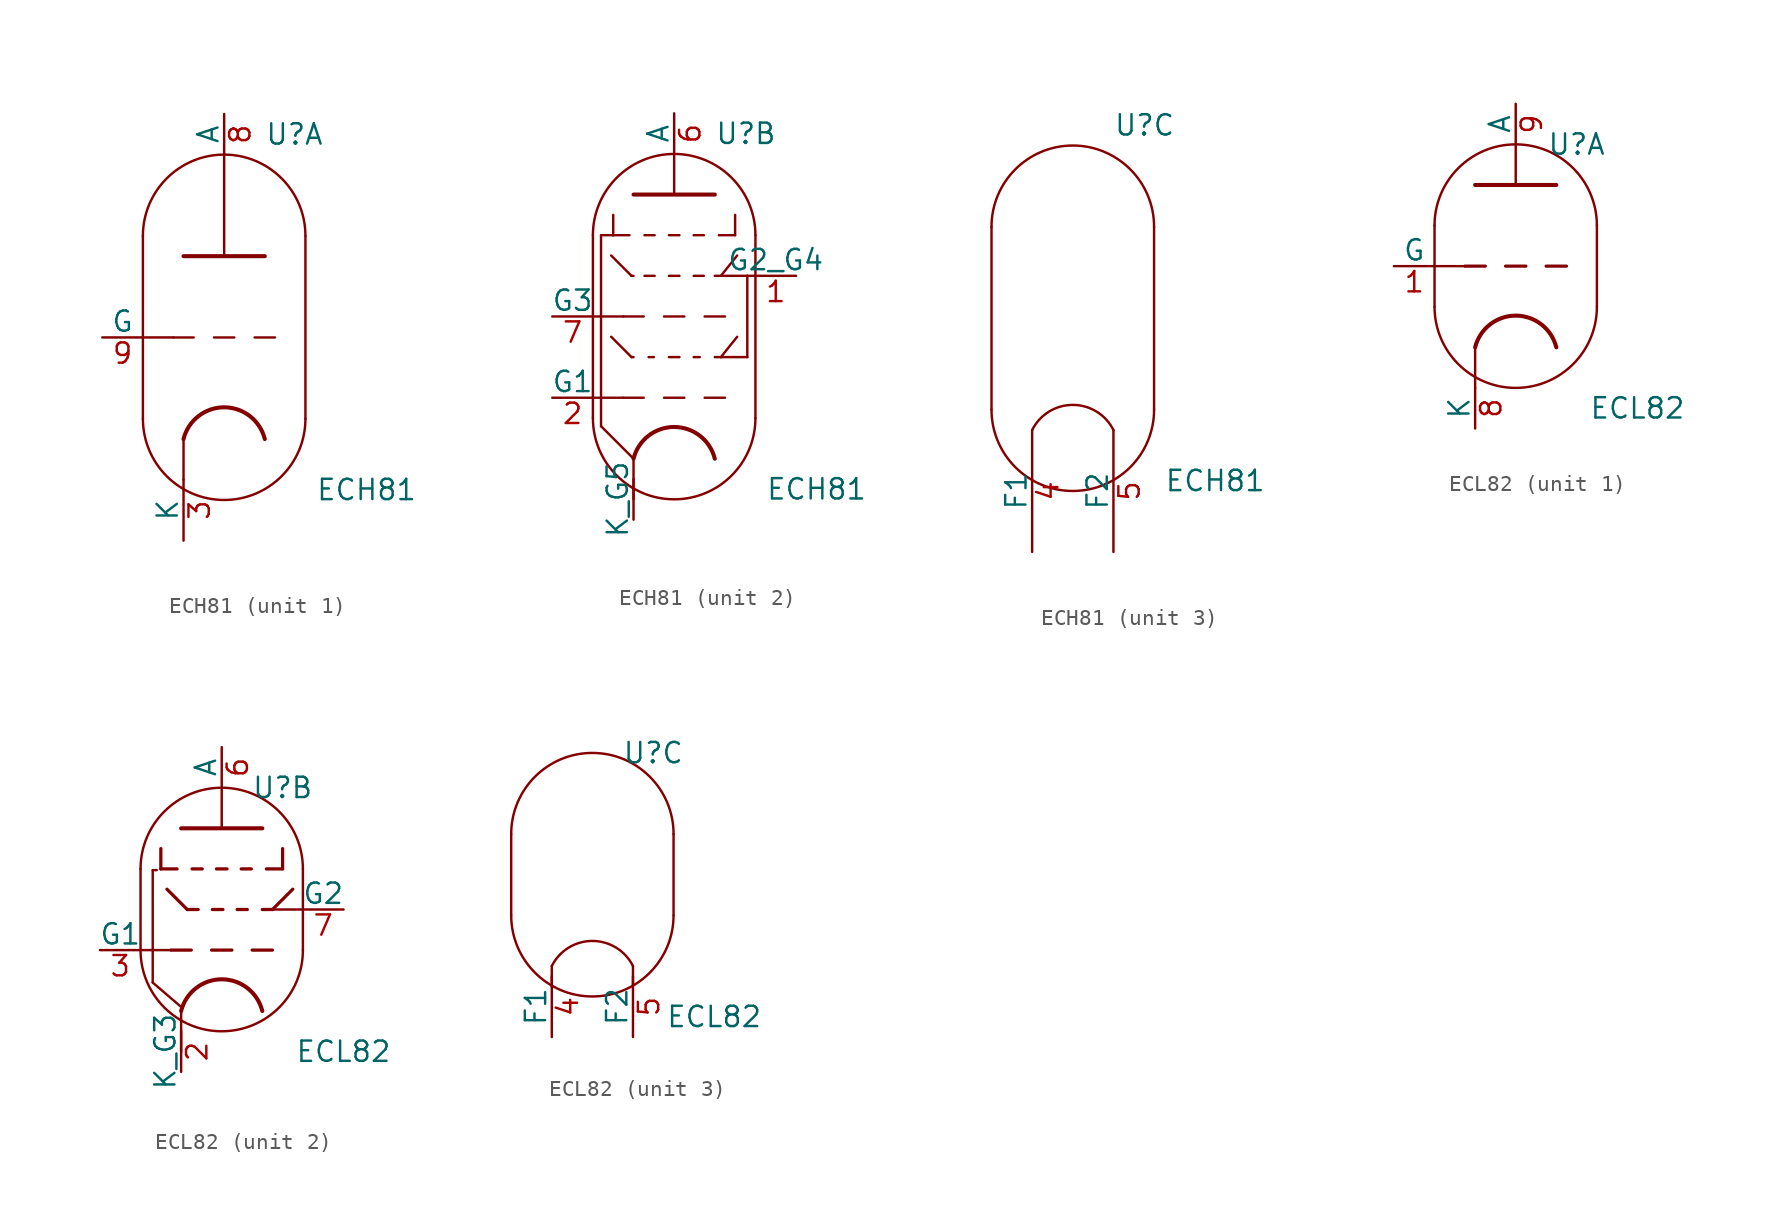
<source format=kicad_sym>
(kicad_symbol_lib
  (version 20211014)
  (generator kicad_symbol_editor)
  (symbol "ECH81"
    (pin_names
      (offset 0))
    (property "Reference" "U"
      (at 2.54 12.7 0)
      (effects (font (size 1.27 1.27)) (justify left)))
    (property "Value" "ECH81"
      (at 5.715 -9.525 0)
      (effects (font (size 1.27 1.27)) (justify left)))
    (property "ki_locked" ""
      (at 0 0 0)
      (effects (font (size 1.27 1.27))))
    (symbol "ECH81_0_1"
      (arc (start -5.08 -5.08) (mid 0 -10.16) (end 5.08 -5.08) (stroke (width 0) (type default) (color 0 0 0 0)) (fill (type none)))
      (polyline (pts (xy -5.08 6.35) (xy -5.08 -5.08) (xy -5.08 -5.08)) (stroke (width 0) (type default) (color 0 0 0 0)) (fill (type none)))
      (polyline (pts (xy 5.08 6.35) (xy 5.08 -5.08) (xy 5.08 -5.08)) (stroke (width 0) (type default) (color 0 0 0 0)) (fill (type none)))
      (arc (start 5.08 6.35) (mid 0 11.43) (end -5.08 6.35) (stroke (width 0) (type default) (color 0 0 0 0)) (fill (type none))))
    (symbol "ECH81_1_0"
      (polyline (pts (xy -2.54 -6.35) (xy -2.54 -8.89)) (stroke (width 0) (type default) (color 0 0 0 0)) (fill (type none))))
    (symbol "ECH81_1_1"
      (polyline (pts (xy -5.08 0) (xy -3.175 0)) (stroke (width 0) (type default) (color 0 0 0 0)) (fill (type none)))
      (polyline (pts (xy -1.905 0) (xy -3.175 0)) (stroke (width 0.152) (type default) (color 0 0 0 0)) (fill (type none)))
      (polyline (pts (xy -0.635 0) (xy 0.635 0)) (stroke (width 0.152) (type default) (color 0 0 0 0)) (fill (type none)))
      (polyline (pts (xy 1.905 0) (xy 3.175 0)) (stroke (width 0.152) (type default) (color 0 0 0 0)) (fill (type none)))
      (polyline (pts (xy -2.54 5.08) (xy 2.54 5.08) (xy 2.54 5.08)) (stroke (width 0.254) (type default) (color 0 0 0 0)) (fill (type none)))
      (polyline (pts (xy 0 5.08) (xy 0 11.43) (xy 0 11.43)) (stroke (width 0) (type default) (color 0 0 0 0)) (fill (type none)))
      (arc (start 2.54 -6.35) (mid 0 -4.3668) (end -2.54 -6.35) (stroke (width 0.254) (type default) (color 0 0 0 0)) (fill (type none)))
      (pin bidirectional line (at -2.54 -12.7 90) (length 3.81) (name "K" (effects (font (size 1.27 1.27)))) (number "3" (effects (font (size 1.27 1.27)))))
      (pin output line (at 0 13.97 270) (length 2.54) (name "A" (effects (font (size 1.27 1.27)))) (number "8" (effects (font (size 1.27 1.27)))))
      (pin input line (at -7.62 0 0) (length 2.54) (name "G" (effects (font (size 1.27 1.27)))) (number "9" (effects (font (size 1.27 1.27))))))
    (symbol "ECH81_2_0"
      (polyline (pts (xy -5.08 -3.81) (xy -3.175 -3.81)) (stroke (width 0) (type default) (color 0 0 0 0)) (fill (type none)))
      (polyline (pts (xy -5.08 1.27) (xy -3.175 1.27)) (stroke (width 0) (type default) (color 0 0 0 0)) (fill (type none)))
      (polyline (pts (xy -2.54 -7.62) (xy -2.54 -10.16)) (stroke (width 0) (type default) (color 0 0 0 0)) (fill (type none)))
      (polyline (pts (xy 0 8.89) (xy 0 11.43)) (stroke (width 0) (type default) (color 0 0 0 0)) (fill (type none)))
      (polyline (pts (xy 4.572 3.81) (xy 5.08 3.81)) (stroke (width 0) (type default) (color 0 0 0 0)) (fill (type none))))
    (symbol "ECH81_2_1"
      (polyline (pts (xy -4.572 -5.588) (xy -2.54 -7.62)) (stroke (width 0.152) (type default) (color 0 0 0 0)) (fill (type none)))
      (polyline (pts (xy -4.572 6.35) (xy -4.572 -5.588)) (stroke (width 0.152) (type default) (color 0 0 0 0)) (fill (type none)))
      (polyline (pts (xy -3.937 0) (xy -2.667 -1.27)) (stroke (width 0.152) (type default) (color 0 0 0 0)) (fill (type none)))
      (polyline (pts (xy -3.937 5.08) (xy -2.667 3.81)) (stroke (width 0.152) (type default) (color 0 0 0 0)) (fill (type none)))
      (polyline (pts (xy -3.81 6.35) (xy -4.572 6.35)) (stroke (width 0.152) (type default) (color 0 0 0 0)) (fill (type none)))
      (polyline (pts (xy -3.81 6.35) (xy -2.794 6.35)) (stroke (width 0.152) (type default) (color 0 0 0 0)) (fill (type none)))
      (polyline (pts (xy -3.81 7.62) (xy -3.81 6.35)) (stroke (width 0.152) (type default) (color 0 0 0 0)) (fill (type none)))
      (polyline (pts (xy -2.667 -1.27) (xy -2.54 -1.27)) (stroke (width 0.152) (type default) (color 0 0 0 0)) (fill (type none)))
      (polyline (pts (xy -2.667 3.81) (xy -2.54 3.81)) (stroke (width 0.152) (type default) (color 0 0 0 0)) (fill (type none)))
      (polyline (pts (xy -1.905 -3.81) (xy -3.175 -3.81)) (stroke (width 0.152) (type default) (color 0 0 0 0)) (fill (type none)))
      (polyline (pts (xy -1.905 1.27) (xy -3.175 1.27)) (stroke (width 0.152) (type default) (color 0 0 0 0)) (fill (type none)))
      (polyline (pts (xy -1.854 3.81) (xy -1.219 3.81)) (stroke (width 0.152) (type default) (color 0 0 0 0)) (fill (type none)))
      (polyline (pts (xy -1.854 6.35) (xy -1.219 6.35)) (stroke (width 0.152) (type default) (color 0 0 0 0)) (fill (type none)))
      (polyline (pts (xy -1.27 -1.27) (xy -1.6 -1.27)) (stroke (width 0.152) (type default) (color 0 0 0 0)) (fill (type none)))
      (polyline (pts (xy -0.635 -3.81) (xy 0.635 -3.81)) (stroke (width 0.152) (type default) (color 0 0 0 0)) (fill (type none)))
      (polyline (pts (xy -0.635 1.27) (xy 0.635 1.27)) (stroke (width 0.152) (type default) (color 0 0 0 0)) (fill (type none)))
      (polyline (pts (xy -0.33 -1.27) (xy 0.33 -1.27)) (stroke (width 0.152) (type default) (color 0 0 0 0)) (fill (type none)))
      (polyline (pts (xy -0.33 3.81) (xy 0.33 3.81)) (stroke (width 0.152) (type default) (color 0 0 0 0)) (fill (type none)))
      (polyline (pts (xy -0.33 6.35) (xy 0.33 6.35)) (stroke (width 0.152) (type default) (color 0 0 0 0)) (fill (type none)))
      (polyline (pts (xy 1.219 -1.27) (xy 1.6 -1.27)) (stroke (width 0.152) (type default) (color 0 0 0 0)) (fill (type none)))
      (polyline (pts (xy 1.219 3.81) (xy 1.854 3.81)) (stroke (width 0.152) (type default) (color 0 0 0 0)) (fill (type none)))
      (polyline (pts (xy 1.219 6.35) (xy 1.854 6.35)) (stroke (width 0.152) (type default) (color 0 0 0 0)) (fill (type none)))
      (polyline (pts (xy 1.905 -3.81) (xy 3.175 -3.81)) (stroke (width 0.152) (type default) (color 0 0 0 0)) (fill (type none)))
      (polyline (pts (xy 1.905 1.27) (xy 3.175 1.27)) (stroke (width 0.152) (type default) (color 0 0 0 0)) (fill (type none)))
      (polyline (pts (xy 2.54 -1.27) (xy 2.921 -1.27)) (stroke (width 0.152) (type default) (color 0 0 0 0)) (fill (type none)))
      (polyline (pts (xy 2.54 3.81) (xy 2.921 3.81)) (stroke (width 0.152) (type default) (color 0 0 0 0)) (fill (type none)))
      (polyline (pts (xy 2.921 3.81) (xy 4.572 3.81)) (stroke (width 0) (type default) (color 0 0 0 0)) (fill (type none)))
      (polyline (pts (xy 3.81 6.35) (xy 2.794 6.35)) (stroke (width 0.152) (type default) (color 0 0 0 0)) (fill (type none)))
      (polyline (pts (xy 3.81 7.62) (xy 3.81 6.35)) (stroke (width 0.152) (type default) (color 0 0 0 0)) (fill (type none)))
      (polyline (pts (xy 3.937 0) (xy 2.921 -1.27)) (stroke (width 0.152) (type default) (color 0 0 0 0)) (fill (type none)))
      (polyline (pts (xy 3.937 5.08) (xy 2.921 3.81)) (stroke (width 0.152) (type default) (color 0 0 0 0)) (fill (type none)))
      (polyline (pts (xy 4.572 -1.27) (xy 2.921 -1.27)) (stroke (width 0) (type default) (color 0 0 0 0)) (fill (type none)))
      (polyline (pts (xy 4.572 3.81) (xy 4.572 -1.27)) (stroke (width 0) (type default) (color 0 0 0 0)) (fill (type none)))
      (polyline (pts (xy -2.54 8.89) (xy 2.54 8.89) (xy 2.54 8.89) (xy 2.54 8.89)) (stroke (width 0.254) (type default) (color 0 0 0 0)) (fill (type none)))
      (arc (start 2.54 -7.62) (mid 0 -5.6368) (end -2.54 -7.62) (stroke (width 0.254) (type default) (color 0 0 0 0)) (fill (type none)))
      (pin input line (at 7.62 3.81 180) (length 2.54) (name "G2_G4" (effects (font (size 1.27 1.27)))) (number "1" (effects (font (size 1.27 1.27)))))
      (pin input line (at -7.62 -3.81 0) (length 2.54) (name "G1" (effects (font (size 1.27 1.27)))) (number "2" (effects (font (size 1.27 1.27)))))
      (pin output line (at 0 13.97 270) (length 2.54) (name "A" (effects (font (size 1.27 1.27)))) (number "6" (effects (font (size 1.27 1.27)))))
      (pin input line (at -7.62 1.27 0) (length 2.54) (name "G3" (effects (font (size 1.27 1.27)))) (number "7" (effects (font (size 1.27 1.27)))))
      (pin bidirectional line (at -2.54 -11.43 90) (length 2.54) (name "K_G5" (effects (font (size 1.27 1.27)))) (number "~" (effects (font (size 1.27 1.27))))))
    (symbol "ECH81_3_1"
      (arc (start 2.54 -6.35) (mid 0 -4.7802) (end -2.54 -6.35) (stroke (width 0) (type default) (color 0 0 0 0)) (fill (type none)))
      (pin power_in line (at -2.54 -13.97 90) (length 7.62) (name "F1" (effects (font (size 1.27 1.27)))) (number "4" (effects (font (size 1.27 1.27)))))
      (pin power_in line (at 2.54 -13.97 90) (length 7.62) (name "F2" (effects (font (size 1.27 1.27)))) (number "5" (effects (font (size 1.27 1.27)))))))
  (symbol "ECL82"
    (pin_names
      (offset 0))
    (property "Reference" "U"
      (at 3.81 7.62 0)
      (effects (font (size 1.27 1.27))))
    (property "Value" "ECL82"
      (at 7.62 -8.89 0)
      (effects (font (size 1.27 1.27))))
    (property "ki_locked" ""
      (at 0 0 0)
      (effects (font (size 1.27 1.27))))
    (symbol "ECL82_0_1"
      (arc (start -5.08 -2.54) (mid 0 -7.62) (end 5.08 -2.54) (stroke (width 0) (type default) (color 0 0 0 0)) (fill (type none)))
      (polyline (pts (xy 5.08 2.54) (xy 5.08 -2.54)) (stroke (width 0) (type default) (color 0 0 0 0)) (fill (type none)))
      (polyline (pts (xy -5.08 2.54) (xy -5.08 -2.54) (xy -5.08 -2.54) (xy -5.08 -2.54)) (stroke (width 0) (type default) (color 0 0 0 0)) (fill (type none)))
      (arc (start 5.08 2.54) (mid 0 7.62) (end -5.08 2.54) (stroke (width 0) (type default) (color 0 0 0 0)) (fill (type none))))
    (symbol "ECL82_1_0"
      (polyline (pts (xy -2.54 -5.08) (xy -2.54 -7.62)) (stroke (width 0) (type default) (color 0 0 0 0)) (fill (type none))))
    (symbol "ECL82_1_1"
      (polyline (pts (xy -5.08 0) (xy -3.175 0)) (stroke (width 0) (type default) (color 0 0 0 0)) (fill (type none)))
      (polyline (pts (xy -1.905 0) (xy -3.175 0)) (stroke (width 0.203) (type default) (color 0 0 0 0)) (fill (type none)))
      (polyline (pts (xy -0.635 0) (xy 0.635 0)) (stroke (width 0.203) (type default) (color 0 0 0 0)) (fill (type none)))
      (polyline (pts (xy 0 5.08) (xy 0 7.62)) (stroke (width 0) (type default) (color 0 0 0 0)) (fill (type none)))
      (polyline (pts (xy 1.905 0) (xy 3.175 0)) (stroke (width 0.203) (type default) (color 0 0 0 0)) (fill (type none)))
      (polyline (pts (xy -2.54 5.08) (xy 2.54 5.08) (xy 2.54 5.08)) (stroke (width 0.254) (type default) (color 0 0 0 0)) (fill (type none)))
      (arc (start 2.54 -5.08) (mid 0 -3.0968) (end -2.54 -5.08) (stroke (width 0.254) (type default) (color 0 0 0 0)) (fill (type none)))
      (pin input line (at -7.62 0 0) (length 2.54) (name "G" (effects (font (size 1.27 1.27)))) (number "1" (effects (font (size 1.27 1.27)))))
      (pin bidirectional line (at -2.54 -10.16 90) (length 2.54) (name "K" (effects (font (size 1.27 1.27)))) (number "8" (effects (font (size 1.27 1.27)))))
      (pin output line (at 0 10.16 270) (length 2.54) (name "A" (effects (font (size 1.27 1.27)))) (number "9" (effects (font (size 1.27 1.27))))))
    (symbol "ECL82_2_0"
      (polyline (pts (xy -2.54 -6.35) (xy -2.54 -8.89)) (stroke (width 0) (type default) (color 0 0 0 0)) (fill (type none)))
      (polyline (pts (xy 0 5.08) (xy 0 7.62)) (stroke (width 0) (type default) (color 0 0 0 0)) (fill (type none)))
      (polyline (pts (xy 2.54 0) (xy 3.175 0)) (stroke (width 0.203) (type default) (color 0 0 0 0)) (fill (type none)))
      (polyline (pts (xy 4.445 1.27) (xy 3.175 0)) (stroke (width 0.203) (type default) (color 0 0 0 0)) (fill (type none))))
    (symbol "ECL82_2_1"
      (polyline (pts (xy -5.08 -2.54) (xy -3.175 -2.54)) (stroke (width 0) (type default) (color 0 0 0 0)) (fill (type none)))
      (polyline (pts (xy -4.318 -4.572) (xy -4.318 2.464)) (stroke (width 0.152) (type default) (color 0 0 0 0)) (fill (type none)))
      (polyline (pts (xy -4.318 -4.572) (xy -2.54 -6.096)) (stroke (width 0.152) (type default) (color 0 0 0 0)) (fill (type none)))
      (polyline (pts (xy -4.064 2.464) (xy -4.318 2.464)) (stroke (width 0.152) (type default) (color 0 0 0 0)) (fill (type none)))
      (polyline (pts (xy -3.81 2.54) (xy -2.794 2.54)) (stroke (width 0.203) (type default) (color 0 0 0 0)) (fill (type none)))
      (polyline (pts (xy -3.81 3.81) (xy -3.81 2.54)) (stroke (width 0.203) (type default) (color 0 0 0 0)) (fill (type none)))
      (polyline (pts (xy -3.429 1.27) (xy -2.159 0)) (stroke (width 0.203) (type default) (color 0 0 0 0)) (fill (type none)))
      (polyline (pts (xy -2.159 0) (xy -1.473 0)) (stroke (width 0.203) (type default) (color 0 0 0 0)) (fill (type none)))
      (polyline (pts (xy -1.905 -2.54) (xy -3.175 -2.54)) (stroke (width 0.203) (type default) (color 0 0 0 0)) (fill (type none)))
      (polyline (pts (xy -1.854 2.54) (xy -1.219 2.54)) (stroke (width 0.203) (type default) (color 0 0 0 0)) (fill (type none)))
      (polyline (pts (xy -0.635 -2.54) (xy 0.635 -2.54)) (stroke (width 0.203) (type default) (color 0 0 0 0)) (fill (type none)))
      (polyline (pts (xy -0.584 0) (xy 0.076 0)) (stroke (width 0.203) (type default) (color 0 0 0 0)) (fill (type none)))
      (polyline (pts (xy -0.33 2.54) (xy 0.33 2.54)) (stroke (width 0.203) (type default) (color 0 0 0 0)) (fill (type none)))
      (polyline (pts (xy 0.965 0) (xy 1.6 0)) (stroke (width 0.203) (type default) (color 0 0 0 0)) (fill (type none)))
      (polyline (pts (xy 1.219 2.54) (xy 1.854 2.54)) (stroke (width 0.203) (type default) (color 0 0 0 0)) (fill (type none)))
      (polyline (pts (xy 1.905 -2.54) (xy 3.175 -2.54)) (stroke (width 0.203) (type default) (color 0 0 0 0)) (fill (type none)))
      (polyline (pts (xy 3.175 0) (xy 5.08 0)) (stroke (width 0) (type default) (color 0 0 0 0)) (fill (type none)))
      (polyline (pts (xy 3.81 2.54) (xy 2.794 2.54)) (stroke (width 0.203) (type default) (color 0 0 0 0)) (fill (type none)))
      (polyline (pts (xy 3.81 3.81) (xy 3.81 2.54)) (stroke (width 0.203) (type default) (color 0 0 0 0)) (fill (type none)))
      (polyline (pts (xy -2.54 5.08) (xy 2.54 5.08) (xy 2.54 5.08)) (stroke (width 0.254) (type default) (color 0 0 0 0)) (fill (type none)))
      (arc (start 2.54 -6.35) (mid 0 -4.3668) (end -2.54 -6.35) (stroke (width 0.254) (type default) (color 0 0 0 0)) (fill (type none)))
      (pin bidirectional line (at -2.54 -10.16 90) (length 2.54) (name "K_G3" (effects (font (size 1.27 1.27)))) (number "2" (effects (font (size 1.27 1.27)))))
      (pin input line (at -7.62 -2.54 0) (length 2.54) (name "G1" (effects (font (size 1.27 1.27)))) (number "3" (effects (font (size 1.27 1.27)))))
      (pin output line (at 0 10.16 270) (length 2.54) (name "A" (effects (font (size 1.27 1.27)))) (number "6" (effects (font (size 1.27 1.27)))))
      (pin input line (at 7.62 0 180) (length 2.54) (name "G2" (effects (font (size 1.27 1.27)))) (number "7" (effects (font (size 1.27 1.27))))))
    (symbol "ECL82_3_1"
      (polyline (pts (xy -2.54 -6.985) (xy -2.54 -5.715) (xy -2.54 -5.715)) (stroke (width 0) (type default) (color 0 0 0 0)) (fill (type none)))
      (polyline (pts (xy 2.54 -6.985) (xy 2.54 -5.715) (xy 2.54 -5.715) (xy 2.54 -5.715)) (stroke (width 0) (type default) (color 0 0 0 0)) (fill (type none)))
      (arc (start 2.54 -5.715) (mid 0 -4.1452) (end -2.54 -5.715) (stroke (width 0) (type default) (color 0 0 0 0)) (fill (type none)))
      (pin power_in line (at -2.54 -10.16 90) (length 3.81) (name "F1" (effects (font (size 1.27 1.27)))) (number "4" (effects (font (size 1.27 1.27)))))
      (pin power_in line (at 2.54 -10.16 90) (length 3.81) (name "F2" (effects (font (size 1.27 1.27)))) (number "5" (effects (font (size 1.27 1.27))))))))
</source>
